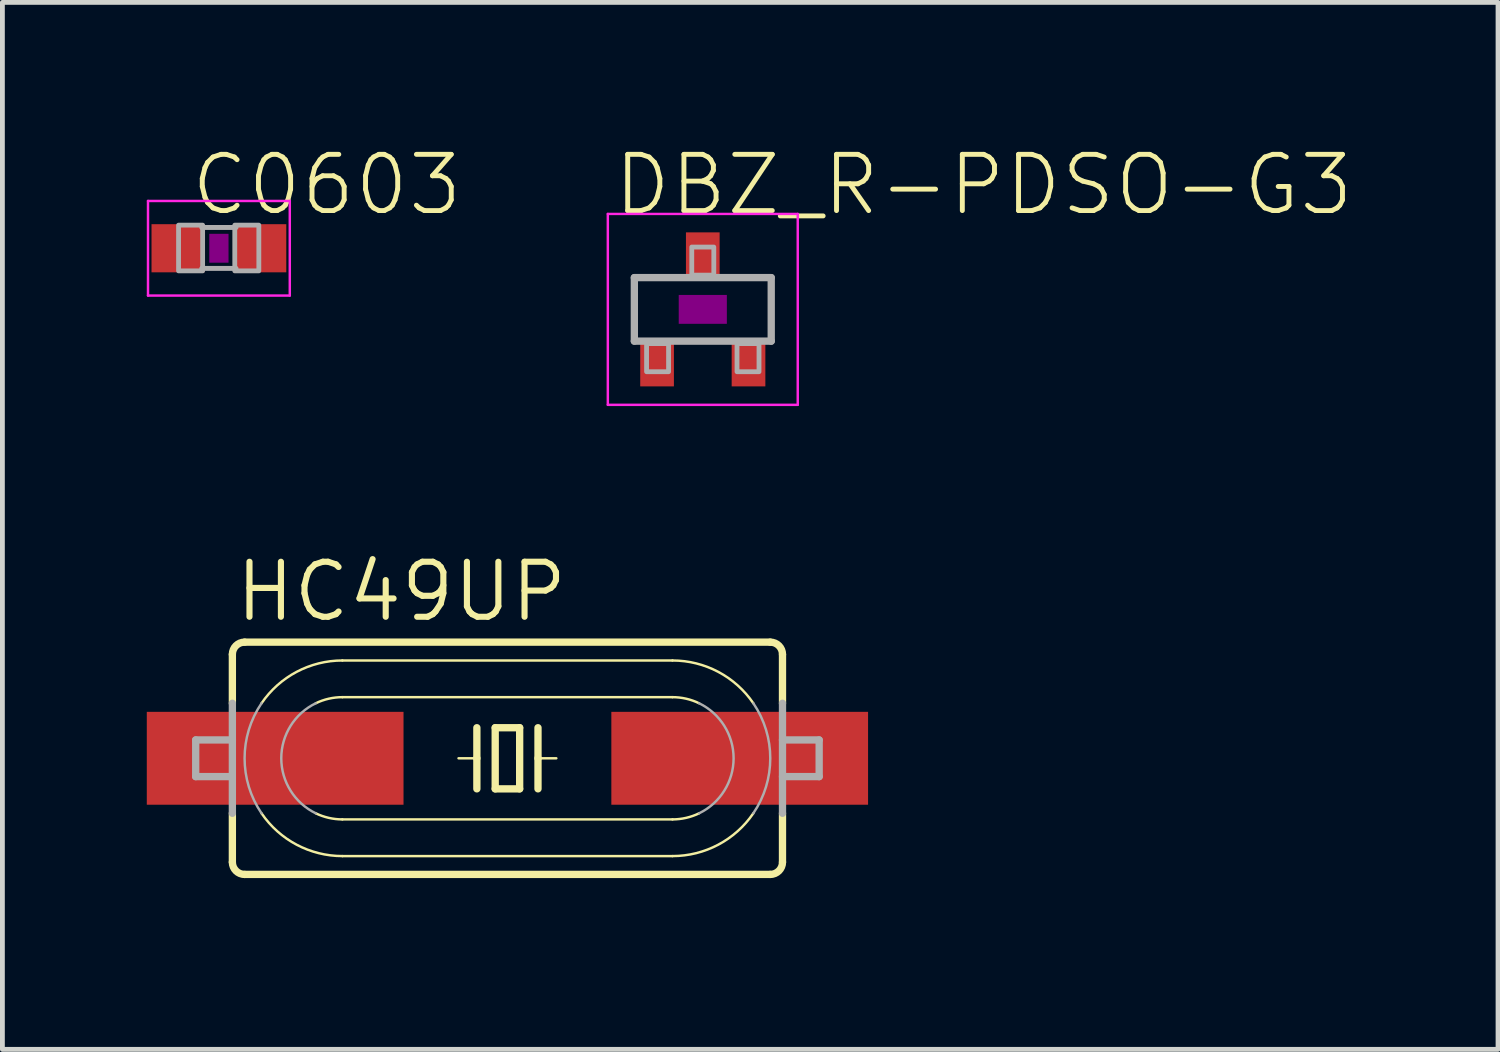
<source format=kicad_pcb>
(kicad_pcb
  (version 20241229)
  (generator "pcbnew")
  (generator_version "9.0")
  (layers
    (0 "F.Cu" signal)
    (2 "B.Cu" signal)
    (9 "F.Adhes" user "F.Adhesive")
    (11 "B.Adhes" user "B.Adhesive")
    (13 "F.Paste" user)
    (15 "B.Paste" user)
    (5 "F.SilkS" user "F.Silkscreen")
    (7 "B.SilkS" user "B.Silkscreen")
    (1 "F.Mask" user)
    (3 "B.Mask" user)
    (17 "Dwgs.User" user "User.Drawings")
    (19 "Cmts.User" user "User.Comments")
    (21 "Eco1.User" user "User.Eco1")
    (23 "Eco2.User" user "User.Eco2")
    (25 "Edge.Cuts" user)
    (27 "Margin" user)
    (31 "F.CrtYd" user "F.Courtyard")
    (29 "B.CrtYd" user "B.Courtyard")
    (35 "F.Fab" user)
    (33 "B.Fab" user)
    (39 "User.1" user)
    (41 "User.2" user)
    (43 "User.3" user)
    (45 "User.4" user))
  (footprint "HC49UP"
    (layer "F.Cu")
    (at 7.493 12.705)
    (property "Reference" "HC49UP" (at -5.715 -2.794 0) (layer "F.SilkS") (effects (font (size 1.143 1.143) (thickness 0.127)) (justify left bottom)))
    (fp_line (start -5.715 -1.143) (end -5.715 -2.159) (stroke (width 0.152) (type solid)) (layer "F.SilkS"))
    (fp_line (start -5.715 2.159) (end -5.715 1.143) (stroke (width 0.152) (type solid)) (layer "F.SilkS"))
    (fp_line (start -3.429 -2.032) (end 3.429 -2.032) (stroke (width 0.051) (type solid)) (layer "F.SilkS"))
    (fp_line (start -3.429 -1.27) (end 3.429 -1.27) (stroke (width 0.051) (type solid)) (layer "F.SilkS"))
    (fp_line (start -0.635 -0.635) (end -0.635 0) (stroke (width 0.152) (type solid)) (layer "F.SilkS"))
    (fp_line (start -0.635 0) (end -1.016 0) (stroke (width 0.051) (type solid)) (layer "F.SilkS"))
    (fp_line (start -0.635 0) (end -0.635 0.635) (stroke (width 0.152) (type solid)) (layer "F.SilkS"))
    (fp_line (start -0.254 -0.635) (end -0.254 0.635) (stroke (width 0.152) (type solid)) (layer "F.SilkS"))
    (fp_line (start -0.254 0.635) (end 0.254 0.635) (stroke (width 0.152) (type solid)) (layer "F.SilkS"))
    (fp_line (start 0.254 -0.635) (end -0.254 -0.635) (stroke (width 0.152) (type solid)) (layer "F.SilkS"))
    (fp_line (start 0.254 0.635) (end 0.254 -0.635) (stroke (width 0.152) (type solid)) (layer "F.SilkS"))
    (fp_line (start 0.635 -0.635) (end 0.635 0) (stroke (width 0.152) (type solid)) (layer "F.SilkS"))
    (fp_line (start 0.635 0) (end 0.635 0.635) (stroke (width 0.152) (type solid)) (layer "F.SilkS"))
    (fp_line (start 0.635 0) (end 1.016 0) (stroke (width 0.051) (type solid)) (layer "F.SilkS"))
    (fp_line (start 3.429 1.27) (end -3.429 1.27) (stroke (width 0.051) (type solid)) (layer "F.SilkS"))
    (fp_line (start 3.429 2.032) (end -3.429 2.032) (stroke (width 0.051) (type solid)) (layer "F.SilkS"))
    (fp_line (start 5.461 -2.413) (end -5.461 -2.413) (stroke (width 0.152) (type solid)) (layer "F.SilkS"))
    (fp_line (start 5.461 2.413) (end -5.461 2.413) (stroke (width 0.152) (type solid)) (layer "F.SilkS"))
    (fp_line (start 5.715 -1.143) (end 5.715 -2.159) (stroke (width 0.152) (type solid)) (layer "F.SilkS"))
    (fp_line (start 5.715 2.159) (end 5.715 1.143) (stroke (width 0.152) (type solid)) (layer "F.SilkS"))
    (fp_arc (start -5.715 -2.159) (mid -5.640605 -2.338605) (end -5.461 -2.413) (stroke (width 0.1524) (type solid)) (layer "F.SilkS"))
    (fp_arc (start -5.461 2.413) (mid -5.640605 2.338605) (end -5.715 2.159) (stroke (width 0.1524) (type solid)) (layer "F.SilkS"))
    (fp_arc (start -5.1091 -1.143) (mid -4.379417 -1.796107) (end -3.429 -2.032101) (stroke (width 0.0508) (type solid)) (layer "F.SilkS"))
    (fp_arc (start -3.9826 -1.143) (mid -3.712991 -1.237845) (end -3.429 -1.27) (stroke (width 0.0508) (type solid)) (layer "F.SilkS"))
    (fp_arc (start -3.429 1.27) (mid -3.712991 1.237845) (end -3.9826 1.143) (stroke (width 0.0508) (type solid)) (layer "F.SilkS"))
    (fp_arc (start -3.429 2.032001) (mid -4.379408 1.796063) (end -5.1091 1.143) (stroke (width 0.0508) (type solid)) (layer "F.SilkS"))
    (fp_arc (start 3.429 -2.032) (mid 4.379408 -1.796062) (end 5.1091 -1.142999) (stroke (width 0.0508) (type solid)) (layer "F.SilkS"))
    (fp_arc (start 3.429 -1.27) (mid 3.712991 -1.237845) (end 3.9826 -1.143) (stroke (width 0.0508) (type solid)) (layer "F.SilkS"))
    (fp_arc (start 3.9826 1.143) (mid 3.712991 1.237845) (end 3.429 1.27) (stroke (width 0.0508) (type solid)) (layer "F.SilkS"))
    (fp_arc (start 5.109 1.142899) (mid 4.379368 1.795994) (end 3.429 2.032) (stroke (width 0.0508) (type solid)) (layer "F.SilkS"))
    (fp_arc (start 5.461 -2.413) (mid 5.640605 -2.338605) (end 5.715 -2.159) (stroke (width 0.1524) (type solid)) (layer "F.SilkS"))
    (fp_arc (start 5.715 2.159) (mid 5.640605 2.338605) (end 5.461 2.413) (stroke (width 0.1524) (type solid)) (layer "F.SilkS"))
    (fp_line (start -6.477 0.381) (end -6.477 -0.381) (stroke (width 0.152) (type solid)) (layer "F.Fab"))
    (fp_line (start -5.715 -0.381) (end -6.477 -0.381) (stroke (width 0.152) (type solid)) (layer "F.Fab"))
    (fp_line (start -5.715 -0.381) (end -5.715 -1.143) (stroke (width 0.152) (type solid)) (layer "F.Fab"))
    (fp_line (start -5.715 0.381) (end -6.477 0.381) (stroke (width 0.152) (type solid)) (layer "F.Fab"))
    (fp_line (start -5.715 0.381) (end -5.715 -0.381) (stroke (width 0.152) (type solid)) (layer "F.Fab"))
    (fp_line (start -5.715 1.143) (end -5.715 0.381) (stroke (width 0.152) (type solid)) (layer "F.Fab"))
    (fp_line (start 5.715 -0.381) (end 6.477 -0.381) (stroke (width 0.152) (type solid)) (layer "F.Fab"))
    (fp_line (start 5.715 0.381) (end 6.477 0.381) (stroke (width 0.152) (type solid)) (layer "F.Fab"))
    (fp_line (start 5.715 1.143) (end 5.715 -1.143) (stroke (width 0.152) (type solid)) (layer "F.Fab"))
    (fp_line (start 6.477 0.381) (end 6.477 -0.381) (stroke (width 0.152) (type solid)) (layer "F.Fab"))
    (fp_arc (start -5.1091 1.143) (mid -5.46104 0) (end -5.1091 -1.143) (stroke (width 0.0508) (type solid)) (layer "F.Fab"))
    (fp_arc (start -3.9826 1.143) (mid -4.699009 0) (end -3.9826 -1.143) (stroke (width 0.0508) (type solid)) (layer "F.Fab"))
    (fp_arc (start 3.9826 -1.143) (mid 4.699009 0) (end 3.9826 1.143) (stroke (width 0.0508) (type solid)) (layer "F.Fab"))
    (fp_arc (start 5.1091 -1.143) (mid 5.46104 0) (end 5.1091 1.143) (stroke (width 0.0508) (type solid)) (layer "F.Fab"))
    (pad "1" smd rect (at -4.826 0) (size 5.334 1.93) (layers "F.Cu" "F.Mask" "F.Paste"))
    (pad "2" smd rect (at 4.826 0) (size 5.334 1.93) (layers "F.Cu" "F.Mask" "F.Paste"))
    (zone (net_name "") (layers "F.Cu" "B.Cu") (hatch edge 0.508) (connect_pads) (min_thickness 0.254) (filled_areas_thickness no) (keepout (tracks allowed) (vias not_allowed) (pads allowed) (copperpour allowed) (footprints allowed)) (placement (enabled no)) (fill) (polygon (pts (xy 0.889 15.753) (xy 14.097 15.753) (xy 14.097 9.657) (xy 0.889 9.657)))))
  (footprint "DBZ_R-PDSO-G3"
    (layer "F.Cu")
    (at 11.552 3.378)
    (property "Reference" "DBZ_R-PDSO-G3" (at -1.905 -1.905 0) (layer "F.SilkS") (effects (font (size 1.168 1.168) (thickness 0.102)) (justify left bottom)))
    (fp_poly (pts (xy -0.5 0.3) (xy 0.5 0.3) (xy 0.5 -0.3) (xy -0.5 -0.3)) (stroke (width 0) (type solid)) (fill yes) (layer "F.Adhes"))
    (fp_line (start -1.973 -1.983) (end 1.973 -1.983) (stroke (width 0.051) (type solid)) (layer "F.CrtYd"))
    (fp_line (start -1.973 1.983) (end -1.973 -1.983) (stroke (width 0.051) (type solid)) (layer "F.CrtYd"))
    (fp_line (start 1.973 -1.983) (end 1.973 1.983) (stroke (width 0.051) (type solid)) (layer "F.CrtYd"))
    (fp_line (start 1.973 1.983) (end -1.973 1.983) (stroke (width 0.051) (type solid)) (layer "F.CrtYd"))
    (fp_line (start -1.422 -0.66) (end 1.422 -0.66) (stroke (width 0.152) (type solid)) (layer "F.Fab"))
    (fp_line (start -1.422 0.66) (end -1.422 -0.66) (stroke (width 0.152) (type solid)) (layer "F.Fab"))
    (fp_line (start 1.422 -0.66) (end 1.422 0.66) (stroke (width 0.152) (type solid)) (layer "F.Fab"))
    (fp_line (start 1.422 0.66) (end -1.422 0.66) (stroke (width 0.152) (type solid)) (layer "F.Fab"))
    (fp_poly (pts (xy -1.168 1.295) (xy -0.711 1.295) (xy -0.711 0.711) (xy -1.168 0.711)) (stroke (width 0.1) (type solid)) (fill no) (layer "F.Fab"))
    (fp_poly (pts (xy -0.229 -0.711) (xy 0.229 -0.711) (xy 0.229 -1.295) (xy -0.229 -1.295)) (stroke (width 0.1) (type solid)) (fill no) (layer "F.Fab"))
    (fp_poly (pts (xy 0.711 1.295) (xy 1.168 1.295) (xy 1.168 0.711) (xy 0.711 0.711)) (stroke (width 0.1) (type solid)) (fill no) (layer "F.Fab"))
    (pad "1" smd rect (at -0.95 1.1) (size 0.7 1) (layers "F.Cu" "F.Mask" "F.Paste"))
    (pad "2" smd rect (at 0.95 1.1) (size 0.7 1) (layers "F.Cu" "F.Mask" "F.Paste"))
    (pad "3" smd rect (at 0 -1.1) (size 0.7 1) (layers "F.Cu" "F.Mask" "F.Paste")))
  (footprint "C0603"
    (layer "F.Cu")
    (at 1.498 2.108)
    (property "Reference" "C0603" (at -0.635 -0.635 0) (layer "F.SilkS") (effects (font (size 1.168 1.168) (thickness 0.102)) (justify left bottom)))
    (fp_poly (pts (xy -0.2 0.3) (xy 0.2 0.3) (xy 0.2 -0.3) (xy -0.2 -0.3)) (stroke (width 0) (type solid)) (fill yes) (layer "F.Adhes"))
    (fp_line (start -1.473 -0.983) (end 1.473 -0.983) (stroke (width 0.051) (type solid)) (layer "F.CrtYd"))
    (fp_line (start -1.473 0.983) (end -1.473 -0.983) (stroke (width 0.051) (type solid)) (layer "F.CrtYd"))
    (fp_line (start 1.473 -0.983) (end 1.473 0.983) (stroke (width 0.051) (type solid)) (layer "F.CrtYd"))
    (fp_line (start 1.473 0.983) (end -1.473 0.983) (stroke (width 0.051) (type solid)) (layer "F.CrtYd"))
    (fp_line (start -0.356 -0.432) (end 0.356 -0.432) (stroke (width 0.102) (type solid)) (layer "F.Fab"))
    (fp_line (start -0.356 0.419) (end 0.356 0.419) (stroke (width 0.102) (type solid)) (layer "F.Fab"))
    (fp_poly (pts (xy -0.838 0.47) (xy -0.338 0.47) (xy -0.338 -0.48) (xy -0.838 -0.48)) (stroke (width 0.1) (type solid)) (fill no) (layer "F.Fab"))
    (fp_poly (pts (xy 0.33 0.47) (xy 0.83 0.47) (xy 0.83 -0.48) (xy 0.33 -0.48)) (stroke (width 0.1) (type solid)) (fill no) (layer "F.Fab"))
    (pad "1" smd rect (at -0.85 0) (size 1.1 1) (layers "F.Cu" "F.Mask" "F.Paste"))
    (pad "2" smd rect (at 0.85 0) (size 1.1 1) (layers "F.Cu" "F.Mask" "F.Paste")))
  (gr_rect
    (start -3 -3)
    (end 28.075 18.753)
    (stroke (width 0.1) (type default))
    (fill no)
    (layer "Edge.Cuts")))
</source>
